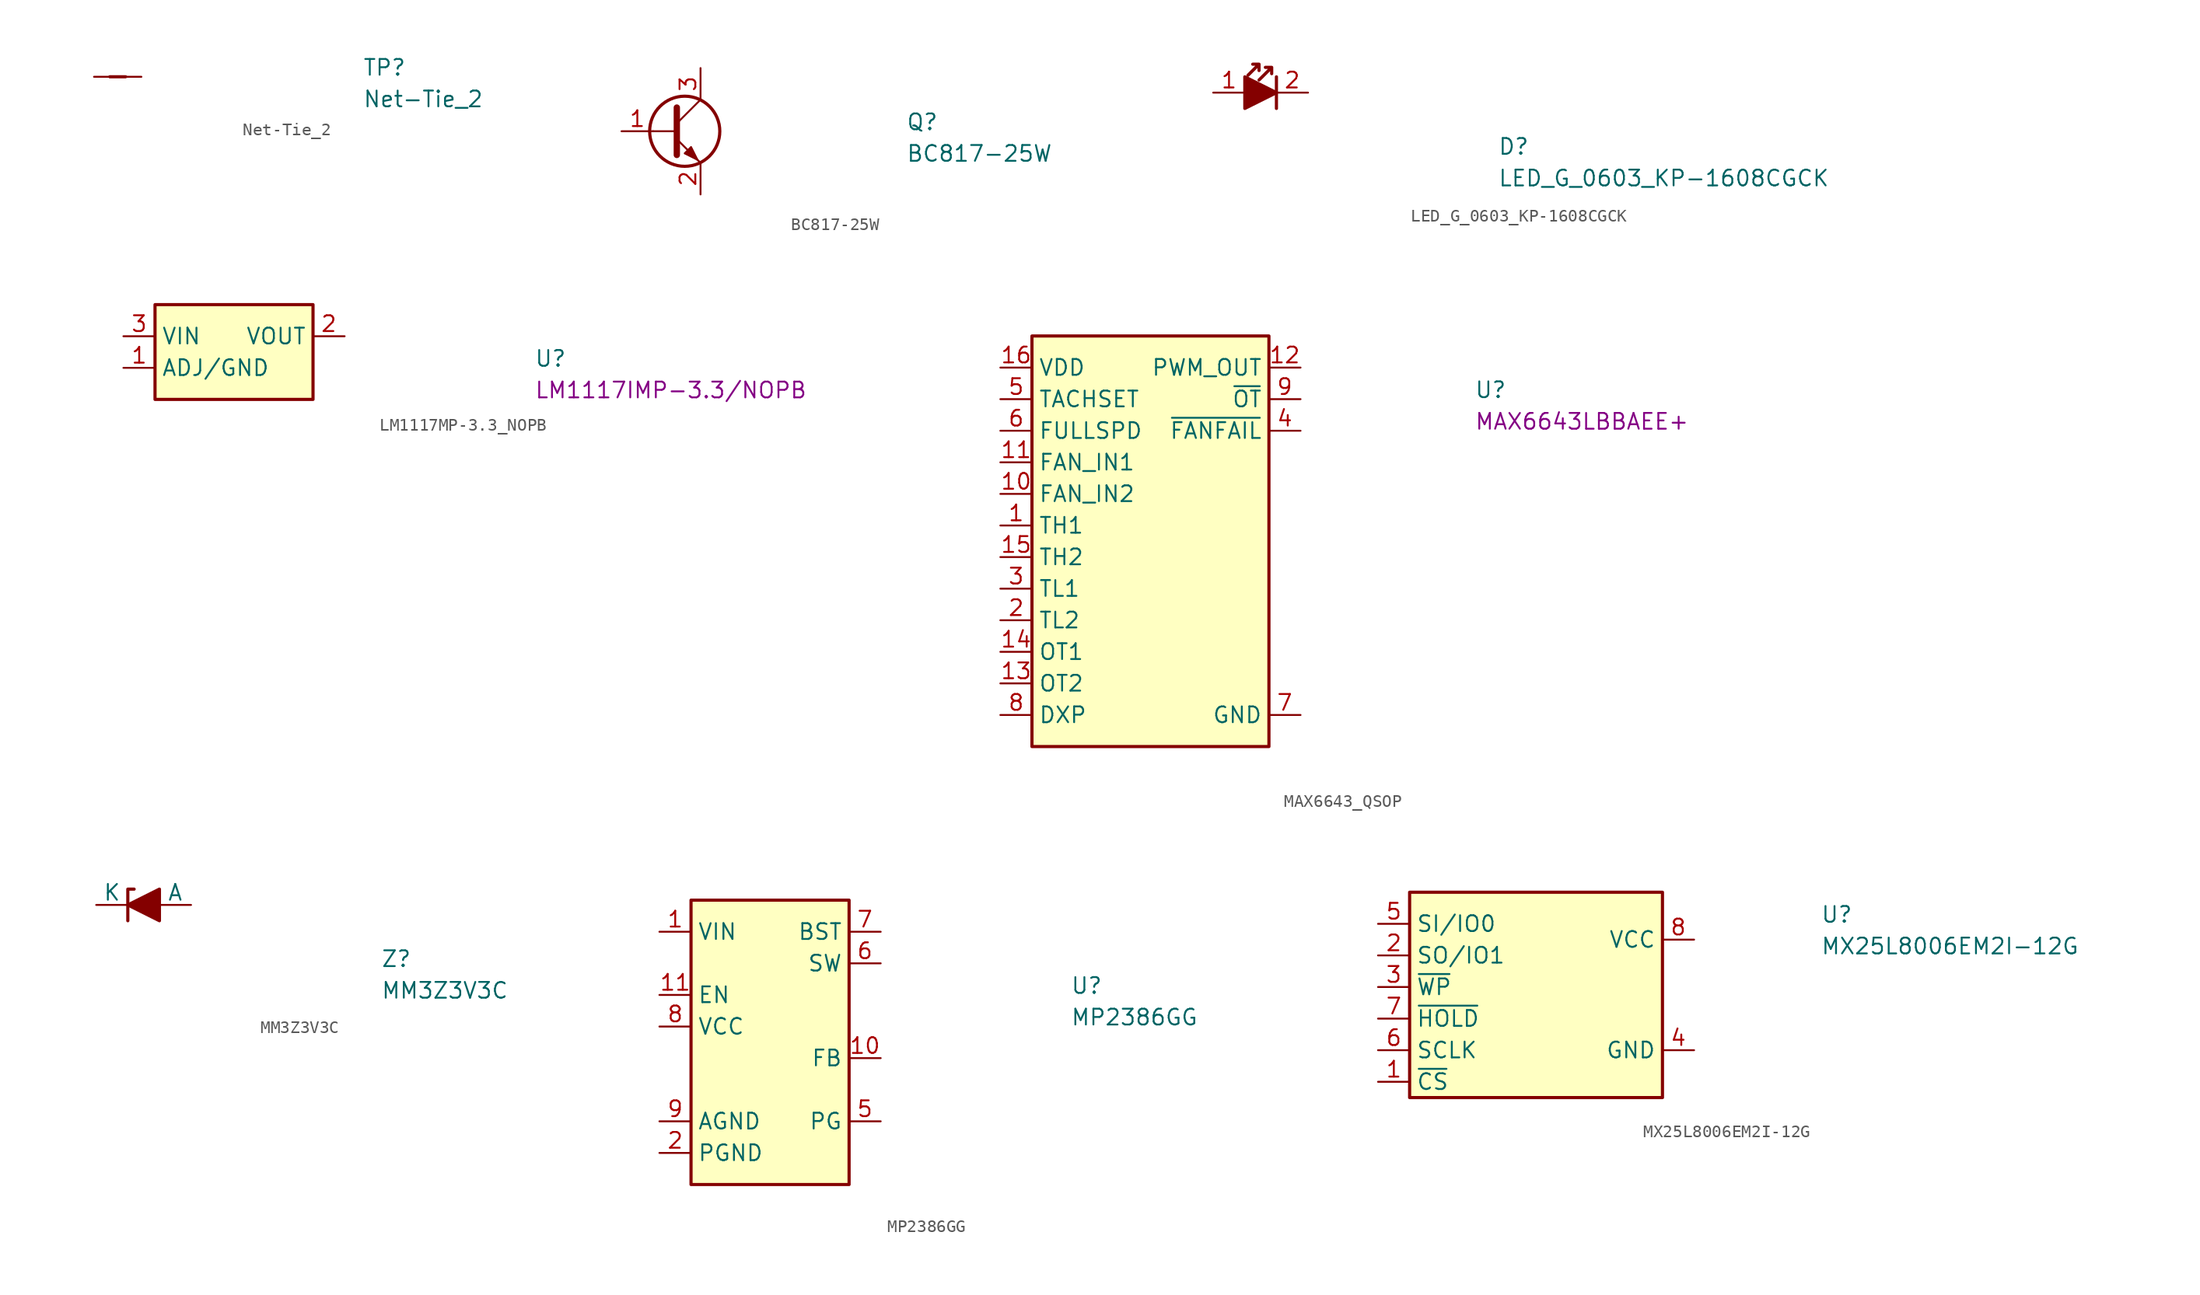
<source format=kicad_sym>
(kicad_symbol_lib
  (version 20211014)
  (generator kicad_symbol_editor)
  (symbol "antmicroShuntsJumpers:Net-Tie_2"
    (pin_numbers hide)
    (pin_names hide)
    (property "Reference" "TP"
      (at 21.59 0 0)
      (effects (font (size 1.27 1.27) (thickness 0.15)) (justify left bottom)))
    (property "Value" "Net-Tie_2"
      (at 21.59 -2.54 0)
      (effects (font (size 1.27 1.27) (thickness 0.15)) (justify left bottom)))
    (symbol "Net-Tie_2_1_1"
      (polyline (pts (xy 1.27 0) (xy 2.54 0)) (stroke (width 0.254) (type default) (color 0 0 0 0)) (fill (type background)))
      (pin passive line (at 0 0 0) (length 1.27) (name "1" (effects (font (size 1.27 1.27)))) (number "1" (effects (font (size 1.27 1.27)))))
      (pin passive line (at 3.81 0 180) (length 1.27) (name "2" (effects (font (size 1.27 1.27)))) (number "2" (effects (font (size 1.27 1.27)))))))
  (symbol "BC817-25W"
    (pin_names
      (offset 0) hide)
    (property "Reference" "Q"
      (at 22.86 0 0)
      (effects (font (size 1.27 1.27) (thickness 0.15)) (justify left bottom)))
    (property "Value" "BC817-25W"
      (at 22.86 -2.54 0)
      (effects (font (size 1.27 1.27) (thickness 0.15)) (justify left bottom)))
    (symbol "BC817-25W_0_1"
      (polyline (pts (xy 2.54 0) (xy 4.445 0)) (stroke (width 0) (type default) (color 0 0 0 0)) (fill (type none)))
      (polyline (pts (xy 4.445 0.635) (xy 6.35 2.54)) (stroke (width 0) (type default) (color 0 0 0 0)) (fill (type none)))
      (polyline (pts (xy 4.445 -0.635) (xy 6.35 -2.54) (xy 6.35 -2.54)) (stroke (width 0) (type default) (color 0 0 0 0)) (fill (type none)))
      (polyline (pts (xy 4.445 1.905) (xy 4.445 -1.905) (xy 4.445 -1.905)) (stroke (width 0.508) (type default) (color 0 0 0 0)) (fill (type none)))
      (polyline (pts (xy 5.08 -1.778) (xy 5.588 -1.27) (xy 6.096 -2.286) (xy 5.08 -1.778) (xy 5.08 -1.778)) (stroke (width 0) (type default) (color 0 0 0 0)) (fill (type outline)))
      (circle (center 5.08 0) (radius 2.819) (stroke (width 0.254) (type default) (color 0 0 0 0)) (fill (type none))))
    (symbol "BC817-25W_1_1"
      (pin input line (at 0 0 0) (length 2.54) (name "B" (effects (font (size 1.27 1.27)))) (number "1" (effects (font (size 1.27 1.27)))))
      (pin passive line (at 6.35 -5.08 90) (length 2.54) (name "E" (effects (font (size 1.27 1.27)))) (number "2" (effects (font (size 1.27 1.27)))))
      (pin passive line (at 6.35 5.08 270) (length 2.54) (name "C" (effects (font (size 1.27 1.27)))) (number "3" (effects (font (size 1.27 1.27)))))))
  (symbol "LED_G_0603_KP-1608CGCK"
    (pin_names hide)
    (property "Reference" "D"
      (at 22.86 -5.08 0)
      (effects (font (size 1.27 1.27) (thickness 0.15)) (justify left bottom)))
    (property "Value" "LED_G_0603_KP-1608CGCK"
      (at 22.86 -7.62 0)
      (effects (font (size 1.27 1.27) (thickness 0.15)) (justify left bottom)))
    (symbol "LED_G_0603_KP-1608CGCK_1_1"
      (polyline (pts (xy 5.08 1.27) (xy 5.08 -1.27)) (stroke (width 0.254) (type default) (color 0 0 0 0)) (fill (type none)))
      (polyline (pts (xy 2.54 1.27) (xy 2.54 -1.27) (xy 5.08 0) (xy 2.54 1.27)) (stroke (width 0.254) (type default) (color 0 0 0 0)) (fill (type outline)))
      (polyline (pts (xy 3.683 2.286) (xy 3.683 1.778) (xy 3.683 2.286) (xy 3.175 2.286) (xy 3.683 2.286) (xy 2.794 1.397)) (stroke (width 0.254) (type default) (color 0 0 0 0)) (fill (type none)))
      (polyline (pts (xy 4.699 2.032) (xy 4.699 1.524) (xy 4.699 2.032) (xy 4.191 2.032) (xy 4.699 2.032) (xy 3.683 1.016)) (stroke (width 0.254) (type default) (color 0 0 0 0)) (fill (type none)))
      (pin passive line (at 0 0 0) (length 2.54) (name "1" (effects (font (size 1.27 1.27)))) (number "1" (effects (font (size 1.27 1.27)))))
      (pin passive line (at 7.62 0 180) (length 2.54) (name "2" (effects (font (size 1.27 1.27)))) (number "2" (effects (font (size 1.27 1.27)))))))
  (symbol "LM1117MP-3.3_NOPB"
    (property "Reference" "U"
      (at 33.02 -2.54 0)
      (effects (font (size 1.27 1.27) (thickness 0.15)) (justify left bottom)))
    (property "MPN" "LM1117IMP-3.3/NOPB"
      (at 33.02 -5.08 0)
      (effects (font (size 1.27 1.27) (thickness 0.15)) (justify left bottom)))
    (symbol "LM1117MP-3.3_NOPB_1_1"
      (rectangle (start 2.54 2.54) (end 15.24 -5.08) (stroke (width 0.254) (type default) (color 0 0 0 0)) (fill (type background)))
      (pin power_in line (at 0 -2.54 0) (length 2.54) (name "ADJ/GND" (effects (font (size 1.27 1.27)))) (number "1" (effects (font (size 1.27 1.27)))))
      (pin output line (at 17.78 0 180) (length 2.54) (name "VOUT" (effects (font (size 1.27 1.27)))) (number "2" (effects (font (size 1.27 1.27)))))
      (pin input line (at 0 0 0) (length 2.54) (name "VIN" (effects (font (size 1.27 1.27)))) (number "3" (effects (font (size 1.27 1.27)))))
      (pin output line (at 17.78 0 180) (length 2.54) hide (name "VOUT" (effects (font (size 1.27 1.27)))) (number "4" (effects (font (size 1.27 1.27)))))))
  (symbol "MAX6643_QSOP"
    (property "Reference" "U"
      (at 38.1 -2.54 0)
      (effects (font (size 1.27 1.27) (thickness 0.15)) (justify left bottom)))
    (property "MPN" "MAX6643LBBAEE+"
      (at 38.1 -5.08 0)
      (effects (font (size 1.27 1.27) (thickness 0.15)) (justify left bottom)))
    (symbol "MAX6643_QSOP_1_1"
      (rectangle (start 2.54 2.54) (end 21.59 -30.48) (stroke (width 0.254) (type default) (color 0 0 0 0)) (fill (type background)))
      (pin input line (at 0 -12.7 0) (length 2.54) (name "TH1" (effects (font (size 1.27 1.27)))) (number "1" (effects (font (size 1.27 1.27)))))
      (pin input line (at 0 -10.16 0) (length 2.54) (name "FAN_IN2" (effects (font (size 1.27 1.27)))) (number "10" (effects (font (size 1.27 1.27)))))
      (pin input line (at 0 -7.62 0) (length 2.54) (name "FAN_IN1" (effects (font (size 1.27 1.27)))) (number "11" (effects (font (size 1.27 1.27)))))
      (pin output line (at 24.13 0 180) (length 2.54) (name "PWM_OUT" (effects (font (size 1.27 1.27)))) (number "12" (effects (font (size 1.27 1.27)))))
      (pin input line (at 0 -25.4 0) (length 2.54) (name "OT2" (effects (font (size 1.27 1.27)))) (number "13" (effects (font (size 1.27 1.27)))))
      (pin input line (at 0 -22.86 0) (length 2.54) (name "OT1" (effects (font (size 1.27 1.27)))) (number "14" (effects (font (size 1.27 1.27)))))
      (pin input line (at 0 -15.24 0) (length 2.54) (name "TH2" (effects (font (size 1.27 1.27)))) (number "15" (effects (font (size 1.27 1.27)))))
      (pin power_in line (at 0 0 0) (length 2.54) (name "VDD" (effects (font (size 1.27 1.27)))) (number "16" (effects (font (size 1.27 1.27)))))
      (pin input line (at 0 -20.32 0) (length 2.54) (name "TL2" (effects (font (size 1.27 1.27)))) (number "2" (effects (font (size 1.27 1.27)))))
      (pin input line (at 0 -17.78 0) (length 2.54) (name "TL1" (effects (font (size 1.27 1.27)))) (number "3" (effects (font (size 1.27 1.27)))))
      (pin output line (at 24.13 -5.08 180) (length 2.54) (name "~{FANFAIL}" (effects (font (size 1.27 1.27)))) (number "4" (effects (font (size 1.27 1.27)))))
      (pin input line (at 0 -2.54 0) (length 2.54) (name "TACHSET" (effects (font (size 1.27 1.27)))) (number "5" (effects (font (size 1.27 1.27)))))
      (pin input line (at 0 -5.08 0) (length 2.54) (name "FULLSPD" (effects (font (size 1.27 1.27)))) (number "6" (effects (font (size 1.27 1.27)))))
      (pin power_in line (at 24.13 -27.94 180) (length 2.54) (name "GND" (effects (font (size 1.27 1.27)))) (number "7" (effects (font (size 1.27 1.27)))))
      (pin input line (at 0 -27.94 0) (length 2.54) (name "DXP" (effects (font (size 1.27 1.27)))) (number "8" (effects (font (size 1.27 1.27)))))
      (pin output line (at 24.13 -2.54 180) (length 2.54) (name "~{OT}" (effects (font (size 1.27 1.27)))) (number "9" (effects (font (size 1.27 1.27)))))))
  (symbol "MM3Z3V3C"
    (pin_numbers hide)
    (pin_names
      (offset 0))
    (property "Reference" "Z"
      (at 22.86 -5.08 0)
      (effects (font (size 1.27 1.27) (thickness 0.15)) (justify left bottom)))
    (property "Value" "MM3Z3V3C"
      (at 22.86 -7.62 0)
      (effects (font (size 1.27 1.27) (thickness 0.15)) (justify left bottom)))
    (symbol "MM3Z3V3C_1_1"
      (polyline (pts (xy 5.08 0) (xy 2.54 0)) (stroke (width 0) (type default) (color 0 0 0 0)) (fill (type none)))
      (polyline (pts (xy 2.54 -1.27) (xy 2.54 1.27) (xy 3.048 1.27)) (stroke (width 0.254) (type default) (color 0 0 0 0)) (fill (type none)))
      (polyline (pts (xy 5.08 -1.27) (xy 5.08 1.27) (xy 2.54 0) (xy 5.08 -1.27)) (stroke (width 0.254) (type default) (color 0 0 0 0)) (fill (type outline)))
      (pin passive line (at 7.62 0 180) (length 2.54) (name "A" (effects (font (size 1.27 1.27)))) (number "A" (effects (font (size 1.27 1.27)))))
      (pin passive line (at 0 0 0) (length 2.54) (name "K" (effects (font (size 1.27 1.27)))) (number "K" (effects (font (size 1.27 1.27)))))))
  (symbol "MP2386GG"
    (property "Reference" "U"
      (at 33.02 -5.08 0)
      (effects (font (size 1.27 1.27) (thickness 0.15)) (justify left bottom)))
    (property "Value" "MP2386GG"
      (at 33.02 -7.62 0)
      (effects (font (size 1.27 1.27) (thickness 0.15)) (justify left bottom)))
    (symbol "MP2386GG_1_1"
      (rectangle (start 2.54 2.54) (end 15.24 -20.32) (stroke (width 0.254) (type default) (color 0 0 0 0)) (fill (type background)))
      (pin power_in line (at 0 0 0) (length 2.54) (name "VIN" (effects (font (size 1.27 1.27)))) (number "1" (effects (font (size 1.27 1.27)))))
      (pin input line (at 17.78 -10.16 180) (length 2.54) (name "FB" (effects (font (size 1.27 1.27)))) (number "10" (effects (font (size 1.27 1.27)))))
      (pin input line (at 0 -5.08 0) (length 2.54) (name "EN" (effects (font (size 1.27 1.27)))) (number "11" (effects (font (size 1.27 1.27)))))
      (pin power_in line (at 0 -17.78 0) (length 2.54) (name "PGND" (effects (font (size 1.27 1.27)))) (number "2" (effects (font (size 1.27 1.27)))))
      (pin passive line (at 0 -17.78 0) (length 2.54) hide (name "PGND" (effects (font (size 1.27 1.27)))) (number "3" (effects (font (size 1.27 1.27)))))
      (pin passive line (at 0 -17.78 0) (length 2.54) hide (name "PGND" (effects (font (size 1.27 1.27)))) (number "4" (effects (font (size 1.27 1.27)))))
      (pin open_collector line (at 17.78 -15.24 180) (length 2.54) (name "PG" (effects (font (size 1.27 1.27)))) (number "5" (effects (font (size 1.27 1.27)))))
      (pin power_out line (at 17.78 -2.54 180) (length 2.54) (name "SW" (effects (font (size 1.27 1.27)))) (number "6" (effects (font (size 1.27 1.27)))))
      (pin input line (at 17.78 0 180) (length 2.54) (name "BST" (effects (font (size 1.27 1.27)))) (number "7" (effects (font (size 1.27 1.27)))))
      (pin power_out line (at 0 -7.62 0) (length 2.54) (name "VCC" (effects (font (size 1.27 1.27)))) (number "8" (effects (font (size 1.27 1.27)))))
      (pin power_in line (at 0 -15.24 0) (length 2.54) (name "AGND" (effects (font (size 1.27 1.27)))) (number "9" (effects (font (size 1.27 1.27)))))))
  (symbol "MX25L8006EM2I-12G"
    (property "Reference" "U"
      (at 35.56 0 0)
      (effects (font (size 1.27 1.27) (thickness 0.15)) (justify left bottom)))
    (property "Value" "MX25L8006EM2I-12G"
      (at 35.56 -2.54 0)
      (effects (font (size 1.27 1.27) (thickness 0.15)) (justify left bottom)))
    (symbol "MX25L8006EM2I-12G_0_1"
      (rectangle (start 2.54 2.54) (end 22.86 -13.97) (stroke (width 0.254) (type default) (color 0 0 0 0)) (fill (type background))))
    (symbol "MX25L8006EM2I-12G_1_1"
      (pin input line (at 0 -12.7 0) (length 2.54) (name "~{CS}" (effects (font (size 1.27 1.27)))) (number "1" (effects (font (size 1.27 1.27)))))
      (pin input line (at 0 -2.54 0) (length 2.54) (name "SO/IO1" (effects (font (size 1.27 1.27)))) (number "2" (effects (font (size 1.27 1.27)))))
      (pin input line (at 0 -5.08 0) (length 2.54) (name "~{WP}" (effects (font (size 1.27 1.27)))) (number "3" (effects (font (size 1.27 1.27)))))
      (pin power_in line (at 25.4 -10.16 180) (length 2.54) (name "GND" (effects (font (size 1.27 1.27)))) (number "4" (effects (font (size 1.27 1.27)))))
      (pin input line (at 0 0 0) (length 2.54) (name "SI/IO0" (effects (font (size 1.27 1.27)))) (number "5" (effects (font (size 1.27 1.27)))))
      (pin input line (at 0 -10.16 0) (length 2.54) (name "SCLK" (effects (font (size 1.27 1.27)))) (number "6" (effects (font (size 1.27 1.27)))))
      (pin input line (at 0 -7.62 0) (length 2.54) (name "~{HOLD}" (effects (font (size 1.27 1.27)))) (number "7" (effects (font (size 1.27 1.27)))))
      (pin power_in line (at 25.4 -1.27 180) (length 2.54) (name "VCC" (effects (font (size 1.27 1.27)))) (number "8" (effects (font (size 1.27 1.27))))))))
</source>
